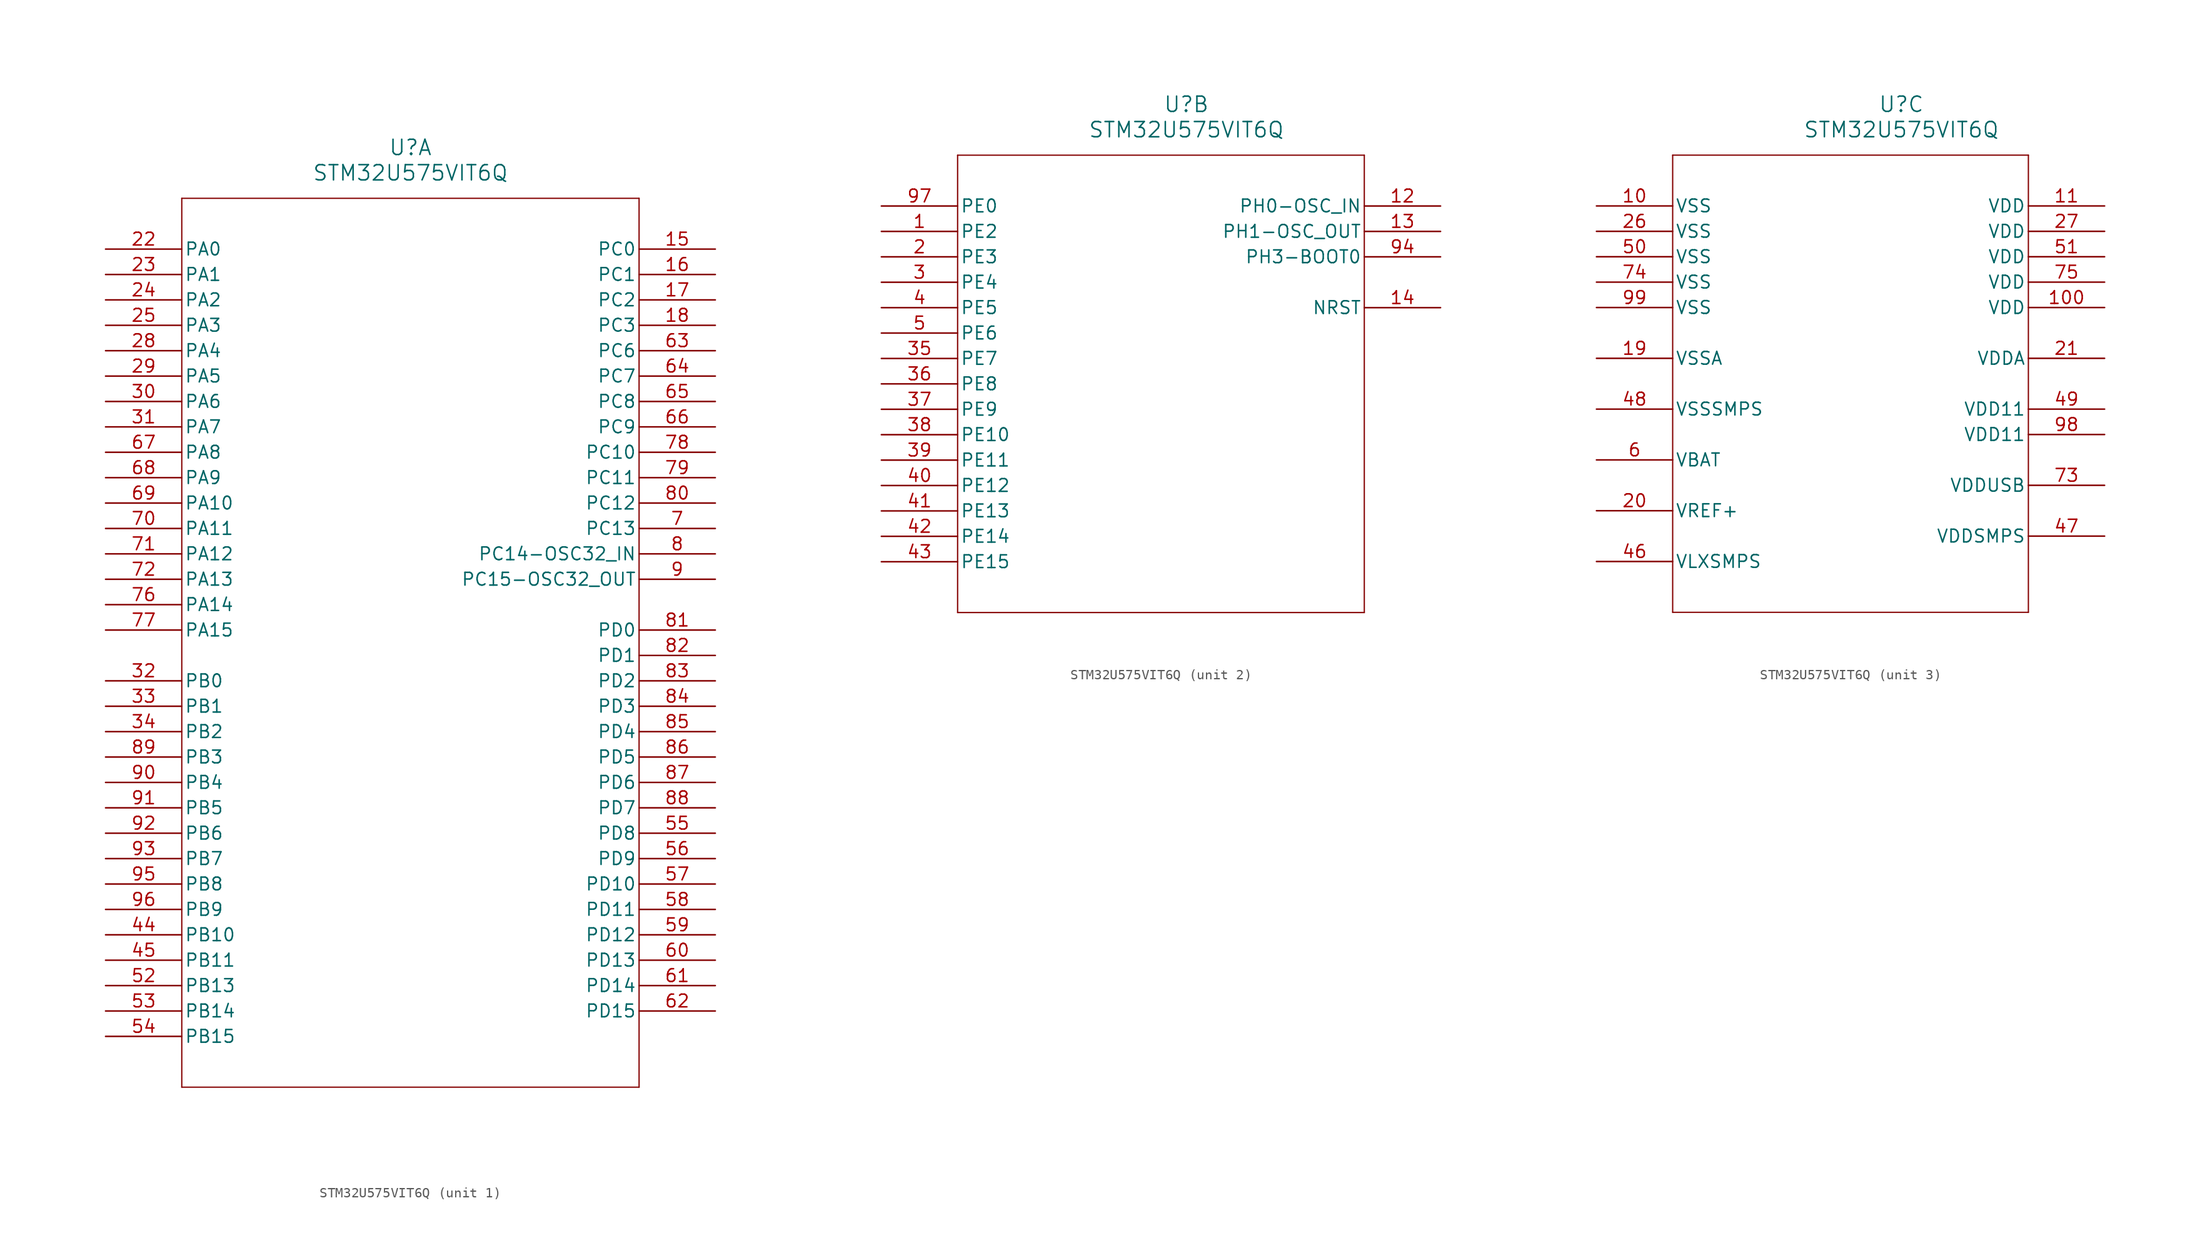
<source format=kicad_sym>
(kicad_symbol_lib
  (version 20211014)
  (generator kicad_symbol_editor)
  (symbol "STM32U575VIT6Q"
    (pin_names
      (offset 0.254))
    (property "Reference" "U"
      (at 30.48 10.16 0)
      (effects (font (size 1.524 1.524))))
    (property "Value" "STM32U575VIT6Q"
      (at 30.48 7.62 0)
      (effects (font (size 1.524 1.524))))
    (symbol "STM32U575VIT6Q_1_1"
      (polyline (pts (xy 7.62 5.08) (xy 7.62 -83.82)) (stroke (width 0.127) (type default) (color 0 0 0 0)) (fill (type none)))
      (polyline (pts (xy 7.62 -83.82) (xy 53.34 -83.82)) (stroke (width 0.127) (type default) (color 0 0 0 0)) (fill (type none)))
      (polyline (pts (xy 53.34 -83.82) (xy 53.34 5.08)) (stroke (width 0.127) (type default) (color 0 0 0 0)) (fill (type none)))
      (polyline (pts (xy 53.34 5.08) (xy 7.62 5.08)) (stroke (width 0.127) (type default) (color 0 0 0 0)) (fill (type none)))
      (pin bidirectional line (at 60.96 -27.94 180) (length 7.62) (name "PC13" (effects (font (size 1.27 1.27)))) (number "7" (effects (font (size 1.27 1.27)))))
      (pin bidirectional line (at 60.96 -30.48 180) (length 7.62) (name "PC14-OSC32_IN" (effects (font (size 1.27 1.27)))) (number "8" (effects (font (size 1.27 1.27)))))
      (pin bidirectional line (at 60.96 -33.02 180) (length 7.62) (name "PC15-OSC32_OUT" (effects (font (size 1.27 1.27)))) (number "9" (effects (font (size 1.27 1.27)))))
      (pin bidirectional line (at 60.96 0 180) (length 7.62) (name "PC0" (effects (font (size 1.27 1.27)))) (number "15" (effects (font (size 1.27 1.27)))))
      (pin bidirectional line (at 60.96 -2.54 180) (length 7.62) (name "PC1" (effects (font (size 1.27 1.27)))) (number "16" (effects (font (size 1.27 1.27)))))
      (pin bidirectional line (at 60.96 -5.08 180) (length 7.62) (name "PC2" (effects (font (size 1.27 1.27)))) (number "17" (effects (font (size 1.27 1.27)))))
      (pin bidirectional line (at 60.96 -7.62 180) (length 7.62) (name "PC3" (effects (font (size 1.27 1.27)))) (number "18" (effects (font (size 1.27 1.27)))))
      (pin bidirectional line (at 0 0 0) (length 7.62) (name "PA0" (effects (font (size 1.27 1.27)))) (number "22" (effects (font (size 1.27 1.27)))))
      (pin bidirectional line (at 0 -2.54 0) (length 7.62) (name "PA1" (effects (font (size 1.27 1.27)))) (number "23" (effects (font (size 1.27 1.27)))))
      (pin bidirectional line (at 0 -5.08 0) (length 7.62) (name "PA2" (effects (font (size 1.27 1.27)))) (number "24" (effects (font (size 1.27 1.27)))))
      (pin bidirectional line (at 0 -7.62 0) (length 7.62) (name "PA3" (effects (font (size 1.27 1.27)))) (number "25" (effects (font (size 1.27 1.27)))))
      (pin bidirectional line (at 0 -10.16 0) (length 7.62) (name "PA4" (effects (font (size 1.27 1.27)))) (number "28" (effects (font (size 1.27 1.27)))))
      (pin bidirectional line (at 0 -12.7 0) (length 7.62) (name "PA5" (effects (font (size 1.27 1.27)))) (number "29" (effects (font (size 1.27 1.27)))))
      (pin bidirectional line (at 0 -15.24 0) (length 7.62) (name "PA6" (effects (font (size 1.27 1.27)))) (number "30" (effects (font (size 1.27 1.27)))))
      (pin bidirectional line (at 0 -17.78 0) (length 7.62) (name "PA7" (effects (font (size 1.27 1.27)))) (number "31" (effects (font (size 1.27 1.27)))))
      (pin bidirectional line (at 0 -43.18 0) (length 7.62) (name "PB0" (effects (font (size 1.27 1.27)))) (number "32" (effects (font (size 1.27 1.27)))))
      (pin bidirectional line (at 0 -45.72 0) (length 7.62) (name "PB1" (effects (font (size 1.27 1.27)))) (number "33" (effects (font (size 1.27 1.27)))))
      (pin bidirectional line (at 0 -48.26 0) (length 7.62) (name "PB2" (effects (font (size 1.27 1.27)))) (number "34" (effects (font (size 1.27 1.27)))))
      (pin bidirectional line (at 0 -68.58 0) (length 7.62) (name "PB10" (effects (font (size 1.27 1.27)))) (number "44" (effects (font (size 1.27 1.27)))))
      (pin bidirectional line (at 0 -71.12 0) (length 7.62) (name "PB11" (effects (font (size 1.27 1.27)))) (number "45" (effects (font (size 1.27 1.27)))))
      (pin bidirectional line (at 0 -73.66 0) (length 7.62) (name "PB13" (effects (font (size 1.27 1.27)))) (number "52" (effects (font (size 1.27 1.27)))))
      (pin bidirectional line (at 0 -76.2 0) (length 7.62) (name "PB14" (effects (font (size 1.27 1.27)))) (number "53" (effects (font (size 1.27 1.27)))))
      (pin bidirectional line (at 0 -78.74 0) (length 7.62) (name "PB15" (effects (font (size 1.27 1.27)))) (number "54" (effects (font (size 1.27 1.27)))))
      (pin bidirectional line (at 60.96 -58.42 180) (length 7.62) (name "PD8" (effects (font (size 1.27 1.27)))) (number "55" (effects (font (size 1.27 1.27)))))
      (pin bidirectional line (at 60.96 -60.96 180) (length 7.62) (name "PD9" (effects (font (size 1.27 1.27)))) (number "56" (effects (font (size 1.27 1.27)))))
      (pin bidirectional line (at 60.96 -63.5 180) (length 7.62) (name "PD10" (effects (font (size 1.27 1.27)))) (number "57" (effects (font (size 1.27 1.27)))))
      (pin bidirectional line (at 60.96 -66.04 180) (length 7.62) (name "PD11" (effects (font (size 1.27 1.27)))) (number "58" (effects (font (size 1.27 1.27)))))
      (pin bidirectional line (at 60.96 -68.58 180) (length 7.62) (name "PD12" (effects (font (size 1.27 1.27)))) (number "59" (effects (font (size 1.27 1.27)))))
      (pin bidirectional line (at 60.96 -71.12 180) (length 7.62) (name "PD13" (effects (font (size 1.27 1.27)))) (number "60" (effects (font (size 1.27 1.27)))))
      (pin bidirectional line (at 60.96 -73.66 180) (length 7.62) (name "PD14" (effects (font (size 1.27 1.27)))) (number "61" (effects (font (size 1.27 1.27)))))
      (pin bidirectional line (at 60.96 -76.2 180) (length 7.62) (name "PD15" (effects (font (size 1.27 1.27)))) (number "62" (effects (font (size 1.27 1.27)))))
      (pin bidirectional line (at 60.96 -10.16 180) (length 7.62) (name "PC6" (effects (font (size 1.27 1.27)))) (number "63" (effects (font (size 1.27 1.27)))))
      (pin bidirectional line (at 60.96 -12.7 180) (length 7.62) (name "PC7" (effects (font (size 1.27 1.27)))) (number "64" (effects (font (size 1.27 1.27)))))
      (pin bidirectional line (at 60.96 -15.24 180) (length 7.62) (name "PC8" (effects (font (size 1.27 1.27)))) (number "65" (effects (font (size 1.27 1.27)))))
      (pin bidirectional line (at 60.96 -17.78 180) (length 7.62) (name "PC9" (effects (font (size 1.27 1.27)))) (number "66" (effects (font (size 1.27 1.27)))))
      (pin bidirectional line (at 0 -20.32 0) (length 7.62) (name "PA8" (effects (font (size 1.27 1.27)))) (number "67" (effects (font (size 1.27 1.27)))))
      (pin bidirectional line (at 0 -22.86 0) (length 7.62) (name "PA9" (effects (font (size 1.27 1.27)))) (number "68" (effects (font (size 1.27 1.27)))))
      (pin bidirectional line (at 0 -25.4 0) (length 7.62) (name "PA10" (effects (font (size 1.27 1.27)))) (number "69" (effects (font (size 1.27 1.27)))))
      (pin bidirectional line (at 0 -27.94 0) (length 7.62) (name "PA11" (effects (font (size 1.27 1.27)))) (number "70" (effects (font (size 1.27 1.27)))))
      (pin bidirectional line (at 0 -30.48 0) (length 7.62) (name "PA12" (effects (font (size 1.27 1.27)))) (number "71" (effects (font (size 1.27 1.27)))))
      (pin bidirectional line (at 0 -33.02 0) (length 7.62) (name "PA13" (effects (font (size 1.27 1.27)))) (number "72" (effects (font (size 1.27 1.27)))))
      (pin bidirectional line (at 0 -35.56 0) (length 7.62) (name "PA14" (effects (font (size 1.27 1.27)))) (number "76" (effects (font (size 1.27 1.27)))))
      (pin bidirectional line (at 0 -38.1 0) (length 7.62) (name "PA15" (effects (font (size 1.27 1.27)))) (number "77" (effects (font (size 1.27 1.27)))))
      (pin bidirectional line (at 60.96 -20.32 180) (length 7.62) (name "PC10" (effects (font (size 1.27 1.27)))) (number "78" (effects (font (size 1.27 1.27)))))
      (pin bidirectional line (at 60.96 -22.86 180) (length 7.62) (name "PC11" (effects (font (size 1.27 1.27)))) (number "79" (effects (font (size 1.27 1.27)))))
      (pin bidirectional line (at 60.96 -25.4 180) (length 7.62) (name "PC12" (effects (font (size 1.27 1.27)))) (number "80" (effects (font (size 1.27 1.27)))))
      (pin bidirectional line (at 60.96 -38.1 180) (length 7.62) (name "PD0" (effects (font (size 1.27 1.27)))) (number "81" (effects (font (size 1.27 1.27)))))
      (pin bidirectional line (at 60.96 -40.64 180) (length 7.62) (name "PD1" (effects (font (size 1.27 1.27)))) (number "82" (effects (font (size 1.27 1.27)))))
      (pin bidirectional line (at 60.96 -43.18 180) (length 7.62) (name "PD2" (effects (font (size 1.27 1.27)))) (number "83" (effects (font (size 1.27 1.27)))))
      (pin bidirectional line (at 60.96 -45.72 180) (length 7.62) (name "PD3" (effects (font (size 1.27 1.27)))) (number "84" (effects (font (size 1.27 1.27)))))
      (pin bidirectional line (at 60.96 -48.26 180) (length 7.62) (name "PD4" (effects (font (size 1.27 1.27)))) (number "85" (effects (font (size 1.27 1.27)))))
      (pin bidirectional line (at 60.96 -50.8 180) (length 7.62) (name "PD5" (effects (font (size 1.27 1.27)))) (number "86" (effects (font (size 1.27 1.27)))))
      (pin bidirectional line (at 60.96 -53.34 180) (length 7.62) (name "PD6" (effects (font (size 1.27 1.27)))) (number "87" (effects (font (size 1.27 1.27)))))
      (pin bidirectional line (at 60.96 -55.88 180) (length 7.62) (name "PD7" (effects (font (size 1.27 1.27)))) (number "88" (effects (font (size 1.27 1.27)))))
      (pin bidirectional line (at 0 -50.8 0) (length 7.62) (name "PB3" (effects (font (size 1.27 1.27)))) (number "89" (effects (font (size 1.27 1.27)))))
      (pin bidirectional line (at 0 -53.34 0) (length 7.62) (name "PB4" (effects (font (size 1.27 1.27)))) (number "90" (effects (font (size 1.27 1.27)))))
      (pin bidirectional line (at 0 -55.88 0) (length 7.62) (name "PB5" (effects (font (size 1.27 1.27)))) (number "91" (effects (font (size 1.27 1.27)))))
      (pin bidirectional line (at 0 -58.42 0) (length 7.62) (name "PB6" (effects (font (size 1.27 1.27)))) (number "92" (effects (font (size 1.27 1.27)))))
      (pin bidirectional line (at 0 -60.96 0) (length 7.62) (name "PB7" (effects (font (size 1.27 1.27)))) (number "93" (effects (font (size 1.27 1.27)))))
      (pin bidirectional line (at 0 -63.5 0) (length 7.62) (name "PB8" (effects (font (size 1.27 1.27)))) (number "95" (effects (font (size 1.27 1.27)))))
      (pin bidirectional line (at 0 -66.04 0) (length 7.62) (name "PB9" (effects (font (size 1.27 1.27)))) (number "96" (effects (font (size 1.27 1.27))))))
    (symbol "STM32U575VIT6Q_2_1"
      (polyline (pts (xy 7.62 5.08) (xy 7.62 -40.64)) (stroke (width 0.127) (type default) (color 0 0 0 0)) (fill (type none)))
      (polyline (pts (xy 7.62 -40.64) (xy 48.26 -40.64)) (stroke (width 0.127) (type default) (color 0 0 0 0)) (fill (type none)))
      (polyline (pts (xy 48.26 -40.64) (xy 48.26 5.08)) (stroke (width 0.127) (type default) (color 0 0 0 0)) (fill (type none)))
      (polyline (pts (xy 48.26 5.08) (xy 7.62 5.08)) (stroke (width 0.127) (type default) (color 0 0 0 0)) (fill (type none)))
      (pin bidirectional line (at 0 -2.54 0) (length 7.62) (name "PE2" (effects (font (size 1.27 1.27)))) (number "1" (effects (font (size 1.27 1.27)))))
      (pin bidirectional line (at 0 -5.08 0) (length 7.62) (name "PE3" (effects (font (size 1.27 1.27)))) (number "2" (effects (font (size 1.27 1.27)))))
      (pin bidirectional line (at 0 -7.62 0) (length 7.62) (name "PE4" (effects (font (size 1.27 1.27)))) (number "3" (effects (font (size 1.27 1.27)))))
      (pin bidirectional line (at 0 -10.16 0) (length 7.62) (name "PE5" (effects (font (size 1.27 1.27)))) (number "4" (effects (font (size 1.27 1.27)))))
      (pin bidirectional line (at 0 -12.7 0) (length 7.62) (name "PE6" (effects (font (size 1.27 1.27)))) (number "5" (effects (font (size 1.27 1.27)))))
      (pin bidirectional line (at 55.88 0 180) (length 7.62) (name "PH0-OSC_IN" (effects (font (size 1.27 1.27)))) (number "12" (effects (font (size 1.27 1.27)))))
      (pin bidirectional line (at 55.88 -2.54 180) (length 7.62) (name "PH1-OSC_OUT" (effects (font (size 1.27 1.27)))) (number "13" (effects (font (size 1.27 1.27)))))
      (pin bidirectional line (at 55.88 -10.16 180) (length 7.62) (name "NRST" (effects (font (size 1.27 1.27)))) (number "14" (effects (font (size 1.27 1.27)))))
      (pin bidirectional line (at 0 -15.24 0) (length 7.62) (name "PE7" (effects (font (size 1.27 1.27)))) (number "35" (effects (font (size 1.27 1.27)))))
      (pin bidirectional line (at 0 -17.78 0) (length 7.62) (name "PE8" (effects (font (size 1.27 1.27)))) (number "36" (effects (font (size 1.27 1.27)))))
      (pin bidirectional line (at 0 -20.32 0) (length 7.62) (name "PE9" (effects (font (size 1.27 1.27)))) (number "37" (effects (font (size 1.27 1.27)))))
      (pin bidirectional line (at 0 -22.86 0) (length 7.62) (name "PE10" (effects (font (size 1.27 1.27)))) (number "38" (effects (font (size 1.27 1.27)))))
      (pin bidirectional line (at 0 -25.4 0) (length 7.62) (name "PE11" (effects (font (size 1.27 1.27)))) (number "39" (effects (font (size 1.27 1.27)))))
      (pin bidirectional line (at 0 -27.94 0) (length 7.62) (name "PE12" (effects (font (size 1.27 1.27)))) (number "40" (effects (font (size 1.27 1.27)))))
      (pin bidirectional line (at 0 -30.48 0) (length 7.62) (name "PE13" (effects (font (size 1.27 1.27)))) (number "41" (effects (font (size 1.27 1.27)))))
      (pin bidirectional line (at 0 -33.02 0) (length 7.62) (name "PE14" (effects (font (size 1.27 1.27)))) (number "42" (effects (font (size 1.27 1.27)))))
      (pin bidirectional line (at 0 -35.56 0) (length 7.62) (name "PE15" (effects (font (size 1.27 1.27)))) (number "43" (effects (font (size 1.27 1.27)))))
      (pin bidirectional line (at 55.88 -5.08 180) (length 7.62) (name "PH3-BOOT0" (effects (font (size 1.27 1.27)))) (number "94" (effects (font (size 1.27 1.27)))))
      (pin bidirectional line (at 0 0 0) (length 7.62) (name "PE0" (effects (font (size 1.27 1.27)))) (number "97" (effects (font (size 1.27 1.27))))))
    (symbol "STM32U575VIT6Q_3_1"
      (polyline (pts (xy 7.62 5.08) (xy 7.62 -40.64)) (stroke (width 0.127) (type default) (color 0 0 0 0)) (fill (type none)))
      (polyline (pts (xy 7.62 -40.64) (xy 43.18 -40.64)) (stroke (width 0.127) (type default) (color 0 0 0 0)) (fill (type none)))
      (polyline (pts (xy 43.18 -40.64) (xy 43.18 5.08)) (stroke (width 0.127) (type default) (color 0 0 0 0)) (fill (type none)))
      (polyline (pts (xy 43.18 5.08) (xy 7.62 5.08)) (stroke (width 0.127) (type default) (color 0 0 0 0)) (fill (type none)))
      (pin power_in line (at 0 -25.4 0) (length 7.62) (name "VBAT" (effects (font (size 1.27 1.27)))) (number "6" (effects (font (size 1.27 1.27)))))
      (pin power_in line (at 0 0 0) (length 7.62) (name "VSS" (effects (font (size 1.27 1.27)))) (number "10" (effects (font (size 1.27 1.27)))))
      (pin power_in line (at 50.8 0 180) (length 7.62) (name "VDD" (effects (font (size 1.27 1.27)))) (number "11" (effects (font (size 1.27 1.27)))))
      (pin power_in line (at 0 -15.24 0) (length 7.62) (name "VSSA" (effects (font (size 1.27 1.27)))) (number "19" (effects (font (size 1.27 1.27)))))
      (pin power_in line (at 0 -30.48 0) (length 7.62) (name "VREF+" (effects (font (size 1.27 1.27)))) (number "20" (effects (font (size 1.27 1.27)))))
      (pin power_in line (at 50.8 -15.24 180) (length 7.62) (name "VDDA" (effects (font (size 1.27 1.27)))) (number "21" (effects (font (size 1.27 1.27)))))
      (pin power_in line (at 0 -2.54 0) (length 7.62) (name "VSS" (effects (font (size 1.27 1.27)))) (number "26" (effects (font (size 1.27 1.27)))))
      (pin power_in line (at 50.8 -2.54 180) (length 7.62) (name "VDD" (effects (font (size 1.27 1.27)))) (number "27" (effects (font (size 1.27 1.27)))))
      (pin power_in line (at 0 -35.56 0) (length 7.62) (name "VLXSMPS" (effects (font (size 1.27 1.27)))) (number "46" (effects (font (size 1.27 1.27)))))
      (pin power_in line (at 50.8 -33.02 180) (length 7.62) (name "VDDSMPS" (effects (font (size 1.27 1.27)))) (number "47" (effects (font (size 1.27 1.27)))))
      (pin power_in line (at 0 -20.32 0) (length 7.62) (name "VSSSMPS" (effects (font (size 1.27 1.27)))) (number "48" (effects (font (size 1.27 1.27)))))
      (pin power_in line (at 50.8 -20.32 180) (length 7.62) (name "VDD11" (effects (font (size 1.27 1.27)))) (number "49" (effects (font (size 1.27 1.27)))))
      (pin power_in line (at 0 -5.08 0) (length 7.62) (name "VSS" (effects (font (size 1.27 1.27)))) (number "50" (effects (font (size 1.27 1.27)))))
      (pin power_in line (at 50.8 -5.08 180) (length 7.62) (name "VDD" (effects (font (size 1.27 1.27)))) (number "51" (effects (font (size 1.27 1.27)))))
      (pin power_in line (at 50.8 -27.94 180) (length 7.62) (name "VDDUSB" (effects (font (size 1.27 1.27)))) (number "73" (effects (font (size 1.27 1.27)))))
      (pin power_in line (at 0 -7.62 0) (length 7.62) (name "VSS" (effects (font (size 1.27 1.27)))) (number "74" (effects (font (size 1.27 1.27)))))
      (pin power_in line (at 50.8 -7.62 180) (length 7.62) (name "VDD" (effects (font (size 1.27 1.27)))) (number "75" (effects (font (size 1.27 1.27)))))
      (pin power_in line (at 50.8 -22.86 180) (length 7.62) (name "VDD11" (effects (font (size 1.27 1.27)))) (number "98" (effects (font (size 1.27 1.27)))))
      (pin power_in line (at 0 -10.16 0) (length 7.62) (name "VSS" (effects (font (size 1.27 1.27)))) (number "99" (effects (font (size 1.27 1.27)))))
      (pin power_in line (at 50.8 -10.16 180) (length 7.62) (name "VDD" (effects (font (size 1.27 1.27)))) (number "100" (effects (font (size 1.27 1.27))))))))
</source>
